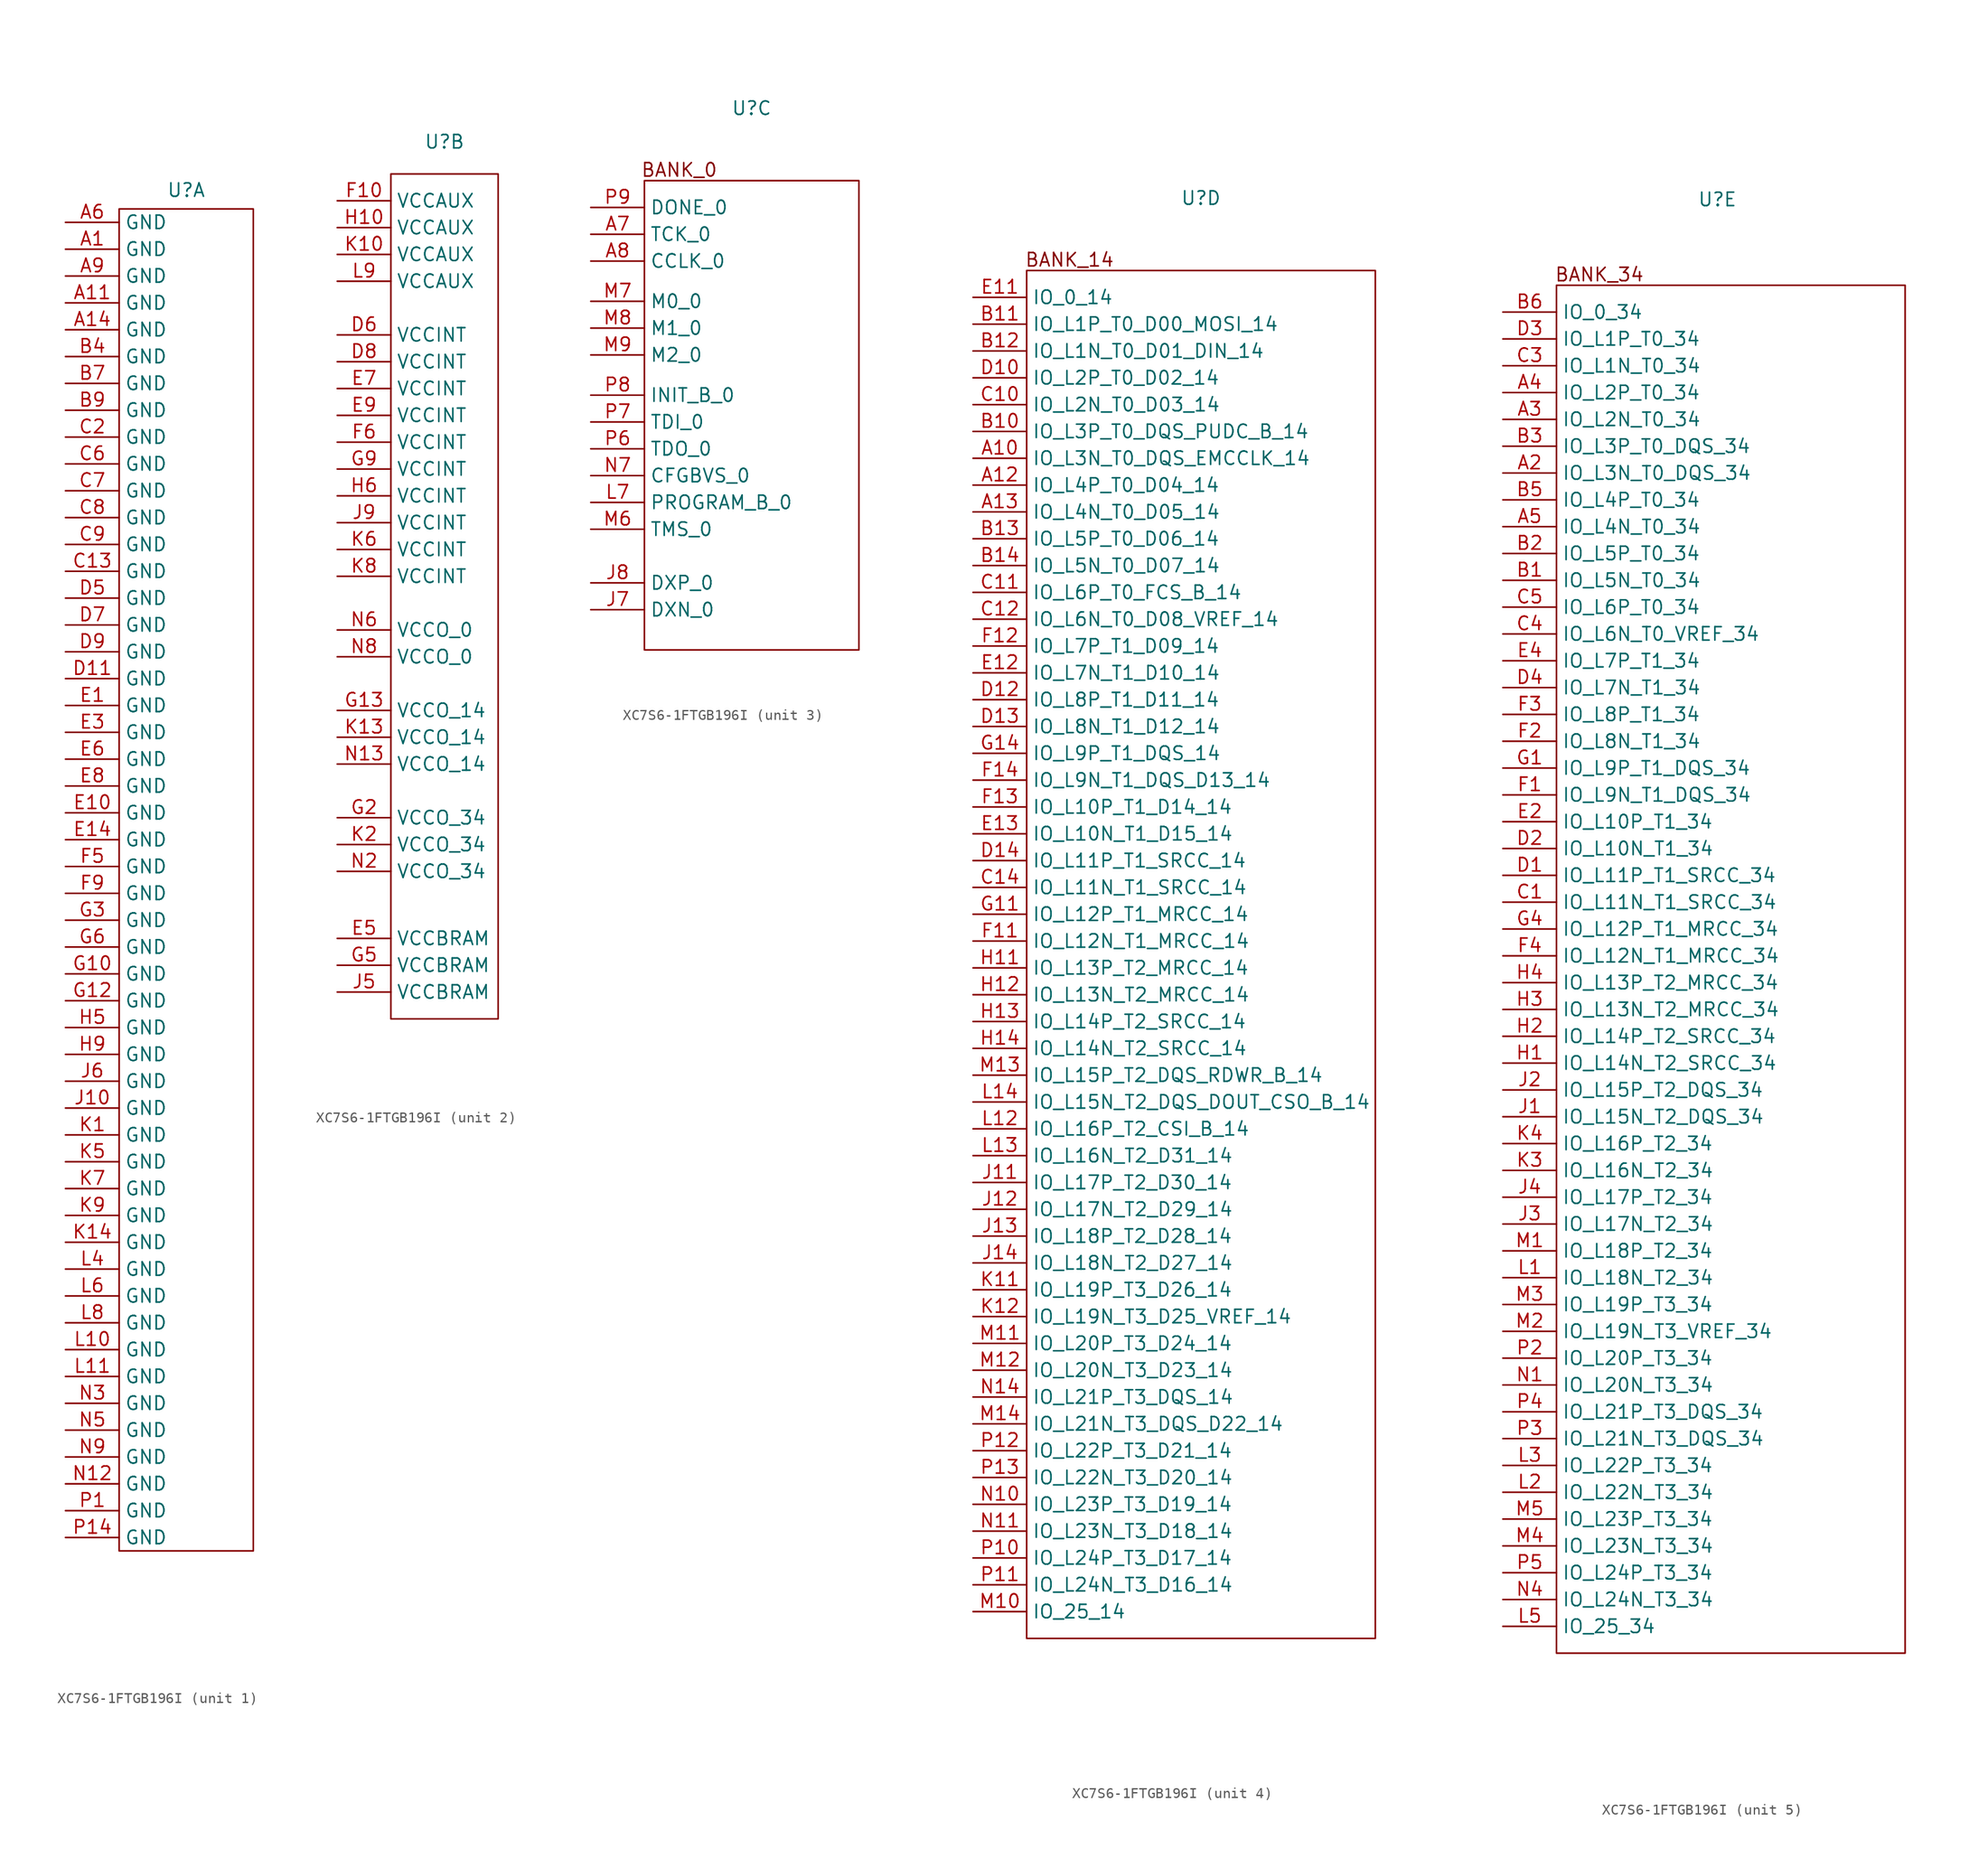
<source format=kicad_sym>
(kicad_symbol_lib
  (version 20241209)
  (generator "kicad_symbol_editor")
  (generator_version "9.0")
  (symbol "XC7S6-1FTGB196I"
    (property "Reference" "U"
      (at 0 17.018 0)
      (effects (font (size 1.27 1.27))))
    (property "Value" ""
      (at 0 0 0)
      (effects (font (size 1.27 1.27))))
    (property "ki_locked" ""
      (at 0 0 0)
      (effects (font (size 1.27 1.27))))
    (symbol "XC7S6-1FTGB196I_1_1"
      (rectangle (start -6.35 15.24) (end 6.35 -111.76) (stroke (width 0) (type default)) (fill (type none)))
      (pin input line (at -11.43 13.97 0) (length 5.08) (name "GND" (effects (font (size 1.27 1.27)))) (number "A6" (effects (font (size 1.27 1.27)))))
      (pin input line (at -11.43 11.43 0) (length 5.08) (name "GND" (effects (font (size 1.27 1.27)))) (number "A1" (effects (font (size 1.27 1.27)))))
      (pin input line (at -11.43 8.89 0) (length 5.08) (name "GND" (effects (font (size 1.27 1.27)))) (number "A9" (effects (font (size 1.27 1.27)))))
      (pin input line (at -11.43 6.35 0) (length 5.08) (name "GND" (effects (font (size 1.27 1.27)))) (number "A11" (effects (font (size 1.27 1.27)))))
      (pin input line (at -11.43 3.81 0) (length 5.08) (name "GND" (effects (font (size 1.27 1.27)))) (number "A14" (effects (font (size 1.27 1.27)))))
      (pin input line (at -11.43 1.27 0) (length 5.08) (name "GND" (effects (font (size 1.27 1.27)))) (number "B4" (effects (font (size 1.27 1.27)))))
      (pin input line (at -11.43 -1.27 0) (length 5.08) (name "GND" (effects (font (size 1.27 1.27)))) (number "B7" (effects (font (size 1.27 1.27)))))
      (pin input line (at -11.43 -3.81 0) (length 5.08) (name "GND" (effects (font (size 1.27 1.27)))) (number "B9" (effects (font (size 1.27 1.27)))))
      (pin input line (at -11.43 -6.35 0) (length 5.08) (name "GND" (effects (font (size 1.27 1.27)))) (number "C2" (effects (font (size 1.27 1.27)))))
      (pin input line (at -11.43 -8.89 0) (length 5.08) (name "GND" (effects (font (size 1.27 1.27)))) (number "C6" (effects (font (size 1.27 1.27)))))
      (pin input line (at -11.43 -11.43 0) (length 5.08) (name "GND" (effects (font (size 1.27 1.27)))) (number "C7" (effects (font (size 1.27 1.27)))))
      (pin input line (at -11.43 -13.97 0) (length 5.08) (name "GND" (effects (font (size 1.27 1.27)))) (number "C8" (effects (font (size 1.27 1.27)))))
      (pin input line (at -11.43 -16.51 0) (length 5.08) (name "GND" (effects (font (size 1.27 1.27)))) (number "C9" (effects (font (size 1.27 1.27)))))
      (pin input line (at -11.43 -19.05 0) (length 5.08) (name "GND" (effects (font (size 1.27 1.27)))) (number "C13" (effects (font (size 1.27 1.27)))))
      (pin input line (at -11.43 -21.59 0) (length 5.08) (name "GND" (effects (font (size 1.27 1.27)))) (number "D5" (effects (font (size 1.27 1.27)))))
      (pin input line (at -11.43 -24.13 0) (length 5.08) (name "GND" (effects (font (size 1.27 1.27)))) (number "D7" (effects (font (size 1.27 1.27)))))
      (pin input line (at -11.43 -26.67 0) (length 5.08) (name "GND" (effects (font (size 1.27 1.27)))) (number "D9" (effects (font (size 1.27 1.27)))))
      (pin input line (at -11.43 -29.21 0) (length 5.08) (name "GND" (effects (font (size 1.27 1.27)))) (number "D11" (effects (font (size 1.27 1.27)))))
      (pin input line (at -11.43 -31.75 0) (length 5.08) (name "GND" (effects (font (size 1.27 1.27)))) (number "E1" (effects (font (size 1.27 1.27)))))
      (pin input line (at -11.43 -34.29 0) (length 5.08) (name "GND" (effects (font (size 1.27 1.27)))) (number "E3" (effects (font (size 1.27 1.27)))))
      (pin input line (at -11.43 -36.83 0) (length 5.08) (name "GND" (effects (font (size 1.27 1.27)))) (number "E6" (effects (font (size 1.27 1.27)))))
      (pin input line (at -11.43 -39.37 0) (length 5.08) (name "GND" (effects (font (size 1.27 1.27)))) (number "E8" (effects (font (size 1.27 1.27)))))
      (pin input line (at -11.43 -41.91 0) (length 5.08) (name "GND" (effects (font (size 1.27 1.27)))) (number "E10" (effects (font (size 1.27 1.27)))))
      (pin input line (at -11.43 -44.45 0) (length 5.08) (name "GND" (effects (font (size 1.27 1.27)))) (number "E14" (effects (font (size 1.27 1.27)))))
      (pin input line (at -11.43 -46.99 0) (length 5.08) (name "GND" (effects (font (size 1.27 1.27)))) (number "F5" (effects (font (size 1.27 1.27)))))
      (pin input line (at -11.43 -49.53 0) (length 5.08) (name "GND" (effects (font (size 1.27 1.27)))) (number "F9" (effects (font (size 1.27 1.27)))))
      (pin input line (at -11.43 -52.07 0) (length 5.08) (name "GND" (effects (font (size 1.27 1.27)))) (number "G3" (effects (font (size 1.27 1.27)))))
      (pin input line (at -11.43 -54.61 0) (length 5.08) (name "GND" (effects (font (size 1.27 1.27)))) (number "G6" (effects (font (size 1.27 1.27)))))
      (pin input line (at -11.43 -57.15 0) (length 5.08) (name "GND" (effects (font (size 1.27 1.27)))) (number "G10" (effects (font (size 1.27 1.27)))))
      (pin input line (at -11.43 -59.69 0) (length 5.08) (name "GND" (effects (font (size 1.27 1.27)))) (number "G12" (effects (font (size 1.27 1.27)))))
      (pin input line (at -11.43 -62.23 0) (length 5.08) (name "GND" (effects (font (size 1.27 1.27)))) (number "H5" (effects (font (size 1.27 1.27)))))
      (pin input line (at -11.43 -64.77 0) (length 5.08) (name "GND" (effects (font (size 1.27 1.27)))) (number "H9" (effects (font (size 1.27 1.27)))))
      (pin input line (at -11.43 -67.31 0) (length 5.08) (name "GND" (effects (font (size 1.27 1.27)))) (number "J6" (effects (font (size 1.27 1.27)))))
      (pin input line (at -11.43 -69.85 0) (length 5.08) (name "GND" (effects (font (size 1.27 1.27)))) (number "J10" (effects (font (size 1.27 1.27)))))
      (pin input line (at -11.43 -72.39 0) (length 5.08) (name "GND" (effects (font (size 1.27 1.27)))) (number "K1" (effects (font (size 1.27 1.27)))))
      (pin input line (at -11.43 -74.93 0) (length 5.08) (name "GND" (effects (font (size 1.27 1.27)))) (number "K5" (effects (font (size 1.27 1.27)))))
      (pin input line (at -11.43 -77.47 0) (length 5.08) (name "GND" (effects (font (size 1.27 1.27)))) (number "K7" (effects (font (size 1.27 1.27)))))
      (pin input line (at -11.43 -80.01 0) (length 5.08) (name "GND" (effects (font (size 1.27 1.27)))) (number "K9" (effects (font (size 1.27 1.27)))))
      (pin input line (at -11.43 -82.55 0) (length 5.08) (name "GND" (effects (font (size 1.27 1.27)))) (number "K14" (effects (font (size 1.27 1.27)))))
      (pin input line (at -11.43 -85.09 0) (length 5.08) (name "GND" (effects (font (size 1.27 1.27)))) (number "L4" (effects (font (size 1.27 1.27)))))
      (pin input line (at -11.43 -87.63 0) (length 5.08) (name "GND" (effects (font (size 1.27 1.27)))) (number "L6" (effects (font (size 1.27 1.27)))))
      (pin input line (at -11.43 -90.17 0) (length 5.08) (name "GND" (effects (font (size 1.27 1.27)))) (number "L8" (effects (font (size 1.27 1.27)))))
      (pin input line (at -11.43 -92.71 0) (length 5.08) (name "GND" (effects (font (size 1.27 1.27)))) (number "L10" (effects (font (size 1.27 1.27)))))
      (pin input line (at -11.43 -95.25 0) (length 5.08) (name "GND" (effects (font (size 1.27 1.27)))) (number "L11" (effects (font (size 1.27 1.27)))))
      (pin input line (at -11.43 -97.79 0) (length 5.08) (name "GND" (effects (font (size 1.27 1.27)))) (number "N3" (effects (font (size 1.27 1.27)))))
      (pin input line (at -11.43 -100.33 0) (length 5.08) (name "GND" (effects (font (size 1.27 1.27)))) (number "N5" (effects (font (size 1.27 1.27)))))
      (pin input line (at -11.43 -102.87 0) (length 5.08) (name "GND" (effects (font (size 1.27 1.27)))) (number "N9" (effects (font (size 1.27 1.27)))))
      (pin input line (at -11.43 -105.41 0) (length 5.08) (name "GND" (effects (font (size 1.27 1.27)))) (number "N12" (effects (font (size 1.27 1.27)))))
      (pin input line (at -11.43 -107.95 0) (length 5.08) (name "GND" (effects (font (size 1.27 1.27)))) (number "P1" (effects (font (size 1.27 1.27)))))
      (pin input line (at -11.43 -110.49 0) (length 5.08) (name "GND" (effects (font (size 1.27 1.27)))) (number "P14" (effects (font (size 1.27 1.27))))))
    (symbol "XC7S6-1FTGB196I_2_1"
      (rectangle (start -5.08 13.97) (end 5.08 -66.04) (stroke (width 0) (type default)) (fill (type none)))
      (pin input line (at -10.16 11.43 0) (length 5.08) (name "VCCAUX" (effects (font (size 1.27 1.27)))) (number "F10" (effects (font (size 1.27 1.27)))))
      (pin input line (at -10.16 8.89 0) (length 5.08) (name "VCCAUX" (effects (font (size 1.27 1.27)))) (number "H10" (effects (font (size 1.27 1.27)))))
      (pin input line (at -10.16 6.35 0) (length 5.08) (name "VCCAUX" (effects (font (size 1.27 1.27)))) (number "K10" (effects (font (size 1.27 1.27)))))
      (pin input line (at -10.16 3.81 0) (length 5.08) (name "VCCAUX" (effects (font (size 1.27 1.27)))) (number "L9" (effects (font (size 1.27 1.27)))))
      (pin input line (at -10.16 -1.27 0) (length 5.08) (name "VCCINT" (effects (font (size 1.27 1.27)))) (number "D6" (effects (font (size 1.27 1.27)))))
      (pin input line (at -10.16 -3.81 0) (length 5.08) (name "VCCINT" (effects (font (size 1.27 1.27)))) (number "D8" (effects (font (size 1.27 1.27)))))
      (pin input line (at -10.16 -6.35 0) (length 5.08) (name "VCCINT" (effects (font (size 1.27 1.27)))) (number "E7" (effects (font (size 1.27 1.27)))))
      (pin input line (at -10.16 -8.89 0) (length 5.08) (name "VCCINT" (effects (font (size 1.27 1.27)))) (number "E9" (effects (font (size 1.27 1.27)))))
      (pin input line (at -10.16 -11.43 0) (length 5.08) (name "VCCINT" (effects (font (size 1.27 1.27)))) (number "F6" (effects (font (size 1.27 1.27)))))
      (pin input line (at -10.16 -13.97 0) (length 5.08) (name "VCCINT" (effects (font (size 1.27 1.27)))) (number "G9" (effects (font (size 1.27 1.27)))))
      (pin input line (at -10.16 -16.51 0) (length 5.08) (name "VCCINT" (effects (font (size 1.27 1.27)))) (number "H6" (effects (font (size 1.27 1.27)))))
      (pin input line (at -10.16 -19.05 0) (length 5.08) (name "VCCINT" (effects (font (size 1.27 1.27)))) (number "J9" (effects (font (size 1.27 1.27)))))
      (pin input line (at -10.16 -21.59 0) (length 5.08) (name "VCCINT" (effects (font (size 1.27 1.27)))) (number "K6" (effects (font (size 1.27 1.27)))))
      (pin input line (at -10.16 -24.13 0) (length 5.08) (name "VCCINT" (effects (font (size 1.27 1.27)))) (number "K8" (effects (font (size 1.27 1.27)))))
      (pin input line (at -10.16 -29.21 0) (length 5.08) (name "VCCO_0" (effects (font (size 1.27 1.27)))) (number "N6" (effects (font (size 1.27 1.27)))))
      (pin input line (at -10.16 -31.75 0) (length 5.08) (name "VCCO_0" (effects (font (size 1.27 1.27)))) (number "N8" (effects (font (size 1.27 1.27)))))
      (pin input line (at -10.16 -36.83 0) (length 5.08) (name "VCCO_14" (effects (font (size 1.27 1.27)))) (number "G13" (effects (font (size 1.27 1.27)))))
      (pin input line (at -10.16 -39.37 0) (length 5.08) (name "VCCO_14" (effects (font (size 1.27 1.27)))) (number "K13" (effects (font (size 1.27 1.27)))))
      (pin input line (at -10.16 -41.91 0) (length 5.08) (name "VCCO_14" (effects (font (size 1.27 1.27)))) (number "N13" (effects (font (size 1.27 1.27)))))
      (pin input line (at -10.16 -46.99 0) (length 5.08) (name "VCCO_34" (effects (font (size 1.27 1.27)))) (number "G2" (effects (font (size 1.27 1.27)))))
      (pin input line (at -10.16 -49.53 0) (length 5.08) (name "VCCO_34" (effects (font (size 1.27 1.27)))) (number "K2" (effects (font (size 1.27 1.27)))))
      (pin input line (at -10.16 -52.07 0) (length 5.08) (name "VCCO_34" (effects (font (size 1.27 1.27)))) (number "N2" (effects (font (size 1.27 1.27)))))
      (pin input line (at -10.16 -58.42 0) (length 5.08) (name "VCCBRAM" (effects (font (size 1.27 1.27)))) (number "E5" (effects (font (size 1.27 1.27)))))
      (pin input line (at -10.16 -60.96 0) (length 5.08) (name "VCCBRAM" (effects (font (size 1.27 1.27)))) (number "G5" (effects (font (size 1.27 1.27)))))
      (pin input line (at -10.16 -63.5 0) (length 5.08) (name "VCCBRAM" (effects (font (size 1.27 1.27)))) (number "J5" (effects (font (size 1.27 1.27))))))
    (symbol "XC7S6-1FTGB196I_3_1"
      (rectangle (start -10.16 10.16) (end 10.16 -34.29) (stroke (width 0) (type default)) (fill (type none)))
      (text "BANK_0" (at -6.858 11.176 0) (effects (font (size 1.27 1.27))))
      (pin input line (at -15.24 7.62 0) (length 5.08) (name "DONE_0" (effects (font (size 1.27 1.27)))) (number "P9" (effects (font (size 1.27 1.27)))))
      (pin input line (at -15.24 5.08 0) (length 5.08) (name "TCK_0" (effects (font (size 1.27 1.27)))) (number "A7" (effects (font (size 1.27 1.27)))))
      (pin input line (at -15.24 2.54 0) (length 5.08) (name "CCLK_0" (effects (font (size 1.27 1.27)))) (number "A8" (effects (font (size 1.27 1.27)))))
      (pin input line (at -15.24 -1.27 0) (length 5.08) (name "M0_0" (effects (font (size 1.27 1.27)))) (number "M7" (effects (font (size 1.27 1.27)))))
      (pin input line (at -15.24 -3.81 0) (length 5.08) (name "M1_0" (effects (font (size 1.27 1.27)))) (number "M8" (effects (font (size 1.27 1.27)))))
      (pin input line (at -15.24 -6.35 0) (length 5.08) (name "M2_0" (effects (font (size 1.27 1.27)))) (number "M9" (effects (font (size 1.27 1.27)))))
      (pin input line (at -15.24 -10.16 0) (length 5.08) (name "INIT_B_0" (effects (font (size 1.27 1.27)))) (number "P8" (effects (font (size 1.27 1.27)))))
      (pin input line (at -15.24 -12.7 0) (length 5.08) (name "TDI_0" (effects (font (size 1.27 1.27)))) (number "P7" (effects (font (size 1.27 1.27)))))
      (pin input line (at -15.24 -15.24 0) (length 5.08) (name "TDO_0" (effects (font (size 1.27 1.27)))) (number "P6" (effects (font (size 1.27 1.27)))))
      (pin input line (at -15.24 -17.78 0) (length 5.08) (name "CFGBVS_0" (effects (font (size 1.27 1.27)))) (number "N7" (effects (font (size 1.27 1.27)))))
      (pin input line (at -15.24 -20.32 0) (length 5.08) (name "PROGRAM_B_0" (effects (font (size 1.27 1.27)))) (number "L7" (effects (font (size 1.27 1.27)))))
      (pin input line (at -15.24 -22.86 0) (length 5.08) (name "TMS_0" (effects (font (size 1.27 1.27)))) (number "M6" (effects (font (size 1.27 1.27)))))
      (pin input line (at -15.24 -27.94 0) (length 5.08) (name "DXP_0" (effects (font (size 1.27 1.27)))) (number "J8" (effects (font (size 1.27 1.27)))))
      (pin input line (at -15.24 -30.48 0) (length 5.08) (name "DXN_0" (effects (font (size 1.27 1.27)))) (number "J7" (effects (font (size 1.27 1.27))))))
    (symbol "XC7S6-1FTGB196I_4_1"
      (rectangle (start -16.51 10.16) (end 16.51 -119.38) (stroke (width 0) (type default)) (fill (type none)))
      (text "BANK_14" (at -12.446 11.176 0) (effects (font (size 1.27 1.27))))
      (pin input line (at -21.59 7.62 0) (length 5.08) (name "IO_0_14" (effects (font (size 1.27 1.27)))) (number "E11" (effects (font (size 1.27 1.27)))))
      (pin input line (at -21.59 5.08 0) (length 5.08) (name "IO_L1P_T0_D00_MOSI_14" (effects (font (size 1.27 1.27)))) (number "B11" (effects (font (size 1.27 1.27)))))
      (pin input line (at -21.59 2.54 0) (length 5.08) (name "IO_L1N_T0_D01_DIN_14" (effects (font (size 1.27 1.27)))) (number "B12" (effects (font (size 1.27 1.27)))))
      (pin input line (at -21.59 0 0) (length 5.08) (name "IO_L2P_T0_D02_14" (effects (font (size 1.27 1.27)))) (number "D10" (effects (font (size 1.27 1.27)))))
      (pin input line (at -21.59 -2.54 0) (length 5.08) (name "IO_L2N_T0_D03_14" (effects (font (size 1.27 1.27)))) (number "C10" (effects (font (size 1.27 1.27)))))
      (pin input line (at -21.59 -5.08 0) (length 5.08) (name "IO_L3P_T0_DQS_PUDC_B_14" (effects (font (size 1.27 1.27)))) (number "B10" (effects (font (size 1.27 1.27)))))
      (pin input line (at -21.59 -7.62 0) (length 5.08) (name "IO_L3N_T0_DQS_EMCCLK_14" (effects (font (size 1.27 1.27)))) (number "A10" (effects (font (size 1.27 1.27)))))
      (pin input line (at -21.59 -10.16 0) (length 5.08) (name "IO_L4P_T0_D04_14" (effects (font (size 1.27 1.27)))) (number "A12" (effects (font (size 1.27 1.27)))))
      (pin input line (at -21.59 -12.7 0) (length 5.08) (name "IO_L4N_T0_D05_14" (effects (font (size 1.27 1.27)))) (number "A13" (effects (font (size 1.27 1.27)))))
      (pin input line (at -21.59 -15.24 0) (length 5.08) (name "IO_L5P_T0_D06_14" (effects (font (size 1.27 1.27)))) (number "B13" (effects (font (size 1.27 1.27)))))
      (pin input line (at -21.59 -17.78 0) (length 5.08) (name "IO_L5N_T0_D07_14" (effects (font (size 1.27 1.27)))) (number "B14" (effects (font (size 1.27 1.27)))))
      (pin input line (at -21.59 -20.32 0) (length 5.08) (name "IO_L6P_T0_FCS_B_14" (effects (font (size 1.27 1.27)))) (number "C11" (effects (font (size 1.27 1.27)))))
      (pin input line (at -21.59 -22.86 0) (length 5.08) (name "IO_L6N_T0_D08_VREF_14" (effects (font (size 1.27 1.27)))) (number "C12" (effects (font (size 1.27 1.27)))))
      (pin input line (at -21.59 -25.4 0) (length 5.08) (name "IO_L7P_T1_D09_14" (effects (font (size 1.27 1.27)))) (number "F12" (effects (font (size 1.27 1.27)))))
      (pin input line (at -21.59 -27.94 0) (length 5.08) (name "IO_L7N_T1_D10_14" (effects (font (size 1.27 1.27)))) (number "E12" (effects (font (size 1.27 1.27)))))
      (pin input line (at -21.59 -30.48 0) (length 5.08) (name "IO_L8P_T1_D11_14" (effects (font (size 1.27 1.27)))) (number "D12" (effects (font (size 1.27 1.27)))))
      (pin input line (at -21.59 -33.02 0) (length 5.08) (name "IO_L8N_T1_D12_14" (effects (font (size 1.27 1.27)))) (number "D13" (effects (font (size 1.27 1.27)))))
      (pin input line (at -21.59 -35.56 0) (length 5.08) (name "IO_L9P_T1_DQS_14" (effects (font (size 1.27 1.27)))) (number "G14" (effects (font (size 1.27 1.27)))))
      (pin input line (at -21.59 -38.1 0) (length 5.08) (name "IO_L9N_T1_DQS_D13_14" (effects (font (size 1.27 1.27)))) (number "F14" (effects (font (size 1.27 1.27)))))
      (pin input line (at -21.59 -40.64 0) (length 5.08) (name "IO_L10P_T1_D14_14" (effects (font (size 1.27 1.27)))) (number "F13" (effects (font (size 1.27 1.27)))))
      (pin input line (at -21.59 -43.18 0) (length 5.08) (name "IO_L10N_T1_D15_14" (effects (font (size 1.27 1.27)))) (number "E13" (effects (font (size 1.27 1.27)))))
      (pin input line (at -21.59 -45.72 0) (length 5.08) (name "IO_L11P_T1_SRCC_14" (effects (font (size 1.27 1.27)))) (number "D14" (effects (font (size 1.27 1.27)))))
      (pin input line (at -21.59 -48.26 0) (length 5.08) (name "IO_L11N_T1_SRCC_14" (effects (font (size 1.27 1.27)))) (number "C14" (effects (font (size 1.27 1.27)))))
      (pin input line (at -21.59 -50.8 0) (length 5.08) (name "IO_L12P_T1_MRCC_14" (effects (font (size 1.27 1.27)))) (number "G11" (effects (font (size 1.27 1.27)))))
      (pin input line (at -21.59 -53.34 0) (length 5.08) (name "IO_L12N_T1_MRCC_14" (effects (font (size 1.27 1.27)))) (number "F11" (effects (font (size 1.27 1.27)))))
      (pin input line (at -21.59 -55.88 0) (length 5.08) (name "IO_L13P_T2_MRCC_14" (effects (font (size 1.27 1.27)))) (number "H11" (effects (font (size 1.27 1.27)))))
      (pin input line (at -21.59 -58.42 0) (length 5.08) (name "IO_L13N_T2_MRCC_14" (effects (font (size 1.27 1.27)))) (number "H12" (effects (font (size 1.27 1.27)))))
      (pin input line (at -21.59 -60.96 0) (length 5.08) (name "IO_L14P_T2_SRCC_14" (effects (font (size 1.27 1.27)))) (number "H13" (effects (font (size 1.27 1.27)))))
      (pin input line (at -21.59 -63.5 0) (length 5.08) (name "IO_L14N_T2_SRCC_14" (effects (font (size 1.27 1.27)))) (number "H14" (effects (font (size 1.27 1.27)))))
      (pin input line (at -21.59 -66.04 0) (length 5.08) (name "IO_L15P_T2_DQS_RDWR_B_14" (effects (font (size 1.27 1.27)))) (number "M13" (effects (font (size 1.27 1.27)))))
      (pin input line (at -21.59 -68.58 0) (length 5.08) (name "IO_L15N_T2_DQS_DOUT_CSO_B_14" (effects (font (size 1.27 1.27)))) (number "L14" (effects (font (size 1.27 1.27)))))
      (pin input line (at -21.59 -71.12 0) (length 5.08) (name "IO_L16P_T2_CSI_B_14" (effects (font (size 1.27 1.27)))) (number "L12" (effects (font (size 1.27 1.27)))))
      (pin input line (at -21.59 -73.66 0) (length 5.08) (name "IO_L16N_T2_D31_14" (effects (font (size 1.27 1.27)))) (number "L13" (effects (font (size 1.27 1.27)))))
      (pin input line (at -21.59 -76.2 0) (length 5.08) (name "IO_L17P_T2_D30_14" (effects (font (size 1.27 1.27)))) (number "J11" (effects (font (size 1.27 1.27)))))
      (pin input line (at -21.59 -78.74 0) (length 5.08) (name "IO_L17N_T2_D29_14" (effects (font (size 1.27 1.27)))) (number "J12" (effects (font (size 1.27 1.27)))))
      (pin input line (at -21.59 -81.28 0) (length 5.08) (name "IO_L18P_T2_D28_14" (effects (font (size 1.27 1.27)))) (number "J13" (effects (font (size 1.27 1.27)))))
      (pin input line (at -21.59 -83.82 0) (length 5.08) (name "IO_L18N_T2_D27_14" (effects (font (size 1.27 1.27)))) (number "J14" (effects (font (size 1.27 1.27)))))
      (pin input line (at -21.59 -86.36 0) (length 5.08) (name "IO_L19P_T3_D26_14" (effects (font (size 1.27 1.27)))) (number "K11" (effects (font (size 1.27 1.27)))))
      (pin input line (at -21.59 -88.9 0) (length 5.08) (name "IO_L19N_T3_D25_VREF_14" (effects (font (size 1.27 1.27)))) (number "K12" (effects (font (size 1.27 1.27)))))
      (pin input line (at -21.59 -91.44 0) (length 5.08) (name "IO_L20P_T3_D24_14" (effects (font (size 1.27 1.27)))) (number "M11" (effects (font (size 1.27 1.27)))))
      (pin input line (at -21.59 -93.98 0) (length 5.08) (name "IO_L20N_T3_D23_14" (effects (font (size 1.27 1.27)))) (number "M12" (effects (font (size 1.27 1.27)))))
      (pin input line (at -21.59 -96.52 0) (length 5.08) (name "IO_L21P_T3_DQS_14" (effects (font (size 1.27 1.27)))) (number "N14" (effects (font (size 1.27 1.27)))))
      (pin input line (at -21.59 -99.06 0) (length 5.08) (name "IO_L21N_T3_DQS_D22_14" (effects (font (size 1.27 1.27)))) (number "M14" (effects (font (size 1.27 1.27)))))
      (pin input line (at -21.59 -101.6 0) (length 5.08) (name "IO_L22P_T3_D21_14" (effects (font (size 1.27 1.27)))) (number "P12" (effects (font (size 1.27 1.27)))))
      (pin input line (at -21.59 -104.14 0) (length 5.08) (name "IO_L22N_T3_D20_14" (effects (font (size 1.27 1.27)))) (number "P13" (effects (font (size 1.27 1.27)))))
      (pin input line (at -21.59 -106.68 0) (length 5.08) (name "IO_L23P_T3_D19_14" (effects (font (size 1.27 1.27)))) (number "N10" (effects (font (size 1.27 1.27)))))
      (pin input line (at -21.59 -109.22 0) (length 5.08) (name "IO_L23N_T3_D18_14" (effects (font (size 1.27 1.27)))) (number "N11" (effects (font (size 1.27 1.27)))))
      (pin input line (at -21.59 -111.76 0) (length 5.08) (name "IO_L24P_T3_D17_14" (effects (font (size 1.27 1.27)))) (number "P10" (effects (font (size 1.27 1.27)))))
      (pin input line (at -21.59 -114.3 0) (length 5.08) (name "IO_L24N_T3_D16_14" (effects (font (size 1.27 1.27)))) (number "P11" (effects (font (size 1.27 1.27)))))
      (pin input line (at -21.59 -116.84 0) (length 5.08) (name "IO_25_14" (effects (font (size 1.27 1.27)))) (number "M10" (effects (font (size 1.27 1.27))))))
    (symbol "XC7S6-1FTGB196I_5_1"
      (rectangle (start -15.24 8.89) (end 17.78 -120.65) (stroke (width 0) (type default)) (fill (type none)))
      (text "BANK_34" (at -11.176 9.906 0) (effects (font (size 1.27 1.27))))
      (pin input line (at -20.32 6.35 0) (length 5.08) (name "IO_0_34" (effects (font (size 1.27 1.27)))) (number "B6" (effects (font (size 1.27 1.27)))))
      (pin input line (at -20.32 3.81 0) (length 5.08) (name "IO_L1P_T0_34" (effects (font (size 1.27 1.27)))) (number "D3" (effects (font (size 1.27 1.27)))))
      (pin input line (at -20.32 1.27 0) (length 5.08) (name "IO_L1N_T0_34" (effects (font (size 1.27 1.27)))) (number "C3" (effects (font (size 1.27 1.27)))))
      (pin input line (at -20.32 -1.27 0) (length 5.08) (name "IO_L2P_T0_34" (effects (font (size 1.27 1.27)))) (number "A4" (effects (font (size 1.27 1.27)))))
      (pin input line (at -20.32 -3.81 0) (length 5.08) (name "IO_L2N_T0_34" (effects (font (size 1.27 1.27)))) (number "A3" (effects (font (size 1.27 1.27)))))
      (pin input line (at -20.32 -6.35 0) (length 5.08) (name "IO_L3P_T0_DQS_34" (effects (font (size 1.27 1.27)))) (number "B3" (effects (font (size 1.27 1.27)))))
      (pin input line (at -20.32 -8.89 0) (length 5.08) (name "IO_L3N_T0_DQS_34" (effects (font (size 1.27 1.27)))) (number "A2" (effects (font (size 1.27 1.27)))))
      (pin input line (at -20.32 -11.43 0) (length 5.08) (name "IO_L4P_T0_34" (effects (font (size 1.27 1.27)))) (number "B5" (effects (font (size 1.27 1.27)))))
      (pin input line (at -20.32 -13.97 0) (length 5.08) (name "IO_L4N_T0_34" (effects (font (size 1.27 1.27)))) (number "A5" (effects (font (size 1.27 1.27)))))
      (pin input line (at -20.32 -16.51 0) (length 5.08) (name "IO_L5P_T0_34" (effects (font (size 1.27 1.27)))) (number "B2" (effects (font (size 1.27 1.27)))))
      (pin input line (at -20.32 -19.05 0) (length 5.08) (name "IO_L5N_T0_34" (effects (font (size 1.27 1.27)))) (number "B1" (effects (font (size 1.27 1.27)))))
      (pin input line (at -20.32 -21.59 0) (length 5.08) (name "IO_L6P_T0_34" (effects (font (size 1.27 1.27)))) (number "C5" (effects (font (size 1.27 1.27)))))
      (pin input line (at -20.32 -24.13 0) (length 5.08) (name "IO_L6N_T0_VREF_34" (effects (font (size 1.27 1.27)))) (number "C4" (effects (font (size 1.27 1.27)))))
      (pin input line (at -20.32 -26.67 0) (length 5.08) (name "IO_L7P_T1_34" (effects (font (size 1.27 1.27)))) (number "E4" (effects (font (size 1.27 1.27)))))
      (pin input line (at -20.32 -29.21 0) (length 5.08) (name "IO_L7N_T1_34" (effects (font (size 1.27 1.27)))) (number "D4" (effects (font (size 1.27 1.27)))))
      (pin input line (at -20.32 -31.75 0) (length 5.08) (name "IO_L8P_T1_34" (effects (font (size 1.27 1.27)))) (number "F3" (effects (font (size 1.27 1.27)))))
      (pin input line (at -20.32 -34.29 0) (length 5.08) (name "IO_L8N_T1_34" (effects (font (size 1.27 1.27)))) (number "F2" (effects (font (size 1.27 1.27)))))
      (pin input line (at -20.32 -36.83 0) (length 5.08) (name "IO_L9P_T1_DQS_34" (effects (font (size 1.27 1.27)))) (number "G1" (effects (font (size 1.27 1.27)))))
      (pin input line (at -20.32 -39.37 0) (length 5.08) (name "IO_L9N_T1_DQS_34" (effects (font (size 1.27 1.27)))) (number "F1" (effects (font (size 1.27 1.27)))))
      (pin input line (at -20.32 -41.91 0) (length 5.08) (name "IO_L10P_T1_34" (effects (font (size 1.27 1.27)))) (number "E2" (effects (font (size 1.27 1.27)))))
      (pin input line (at -20.32 -44.45 0) (length 5.08) (name "IO_L10N_T1_34" (effects (font (size 1.27 1.27)))) (number "D2" (effects (font (size 1.27 1.27)))))
      (pin input line (at -20.32 -46.99 0) (length 5.08) (name "IO_L11P_T1_SRCC_34" (effects (font (size 1.27 1.27)))) (number "D1" (effects (font (size 1.27 1.27)))))
      (pin input line (at -20.32 -49.53 0) (length 5.08) (name "IO_L11N_T1_SRCC_34" (effects (font (size 1.27 1.27)))) (number "C1" (effects (font (size 1.27 1.27)))))
      (pin input line (at -20.32 -52.07 0) (length 5.08) (name "IO_L12P_T1_MRCC_34" (effects (font (size 1.27 1.27)))) (number "G4" (effects (font (size 1.27 1.27)))))
      (pin input line (at -20.32 -54.61 0) (length 5.08) (name "IO_L12N_T1_MRCC_34" (effects (font (size 1.27 1.27)))) (number "F4" (effects (font (size 1.27 1.27)))))
      (pin input line (at -20.32 -57.15 0) (length 5.08) (name "IO_L13P_T2_MRCC_34" (effects (font (size 1.27 1.27)))) (number "H4" (effects (font (size 1.27 1.27)))))
      (pin input line (at -20.32 -59.69 0) (length 5.08) (name "IO_L13N_T2_MRCC_34" (effects (font (size 1.27 1.27)))) (number "H3" (effects (font (size 1.27 1.27)))))
      (pin input line (at -20.32 -62.23 0) (length 5.08) (name "IO_L14P_T2_SRCC_34" (effects (font (size 1.27 1.27)))) (number "H2" (effects (font (size 1.27 1.27)))))
      (pin input line (at -20.32 -64.77 0) (length 5.08) (name "IO_L14N_T2_SRCC_34" (effects (font (size 1.27 1.27)))) (number "H1" (effects (font (size 1.27 1.27)))))
      (pin input line (at -20.32 -67.31 0) (length 5.08) (name "IO_L15P_T2_DQS_34" (effects (font (size 1.27 1.27)))) (number "J2" (effects (font (size 1.27 1.27)))))
      (pin input line (at -20.32 -69.85 0) (length 5.08) (name "IO_L15N_T2_DQS_34" (effects (font (size 1.27 1.27)))) (number "J1" (effects (font (size 1.27 1.27)))))
      (pin input line (at -20.32 -72.39 0) (length 5.08) (name "IO_L16P_T2_34" (effects (font (size 1.27 1.27)))) (number "K4" (effects (font (size 1.27 1.27)))))
      (pin input line (at -20.32 -74.93 0) (length 5.08) (name "IO_L16N_T2_34" (effects (font (size 1.27 1.27)))) (number "K3" (effects (font (size 1.27 1.27)))))
      (pin input line (at -20.32 -77.47 0) (length 5.08) (name "IO_L17P_T2_34" (effects (font (size 1.27 1.27)))) (number "J4" (effects (font (size 1.27 1.27)))))
      (pin input line (at -20.32 -80.01 0) (length 5.08) (name "IO_L17N_T2_34" (effects (font (size 1.27 1.27)))) (number "J3" (effects (font (size 1.27 1.27)))))
      (pin input line (at -20.32 -82.55 0) (length 5.08) (name "IO_L18P_T2_34" (effects (font (size 1.27 1.27)))) (number "M1" (effects (font (size 1.27 1.27)))))
      (pin input line (at -20.32 -85.09 0) (length 5.08) (name "IO_L18N_T2_34" (effects (font (size 1.27 1.27)))) (number "L1" (effects (font (size 1.27 1.27)))))
      (pin input line (at -20.32 -87.63 0) (length 5.08) (name "IO_L19P_T3_34" (effects (font (size 1.27 1.27)))) (number "M3" (effects (font (size 1.27 1.27)))))
      (pin input line (at -20.32 -90.17 0) (length 5.08) (name "IO_L19N_T3_VREF_34" (effects (font (size 1.27 1.27)))) (number "M2" (effects (font (size 1.27 1.27)))))
      (pin input line (at -20.32 -92.71 0) (length 5.08) (name "IO_L20P_T3_34" (effects (font (size 1.27 1.27)))) (number "P2" (effects (font (size 1.27 1.27)))))
      (pin input line (at -20.32 -95.25 0) (length 5.08) (name "IO_L20N_T3_34" (effects (font (size 1.27 1.27)))) (number "N1" (effects (font (size 1.27 1.27)))))
      (pin input line (at -20.32 -97.79 0) (length 5.08) (name "IO_L21P_T3_DQS_34" (effects (font (size 1.27 1.27)))) (number "P4" (effects (font (size 1.27 1.27)))))
      (pin input line (at -20.32 -100.33 0) (length 5.08) (name "IO_L21N_T3_DQS_34" (effects (font (size 1.27 1.27)))) (number "P3" (effects (font (size 1.27 1.27)))))
      (pin input line (at -20.32 -102.87 0) (length 5.08) (name "IO_L22P_T3_34" (effects (font (size 1.27 1.27)))) (number "L3" (effects (font (size 1.27 1.27)))))
      (pin input line (at -20.32 -105.41 0) (length 5.08) (name "IO_L22N_T3_34" (effects (font (size 1.27 1.27)))) (number "L2" (effects (font (size 1.27 1.27)))))
      (pin input line (at -20.32 -107.95 0) (length 5.08) (name "IO_L23P_T3_34" (effects (font (size 1.27 1.27)))) (number "M5" (effects (font (size 1.27 1.27)))))
      (pin input line (at -20.32 -110.49 0) (length 5.08) (name "IO_L23N_T3_34" (effects (font (size 1.27 1.27)))) (number "M4" (effects (font (size 1.27 1.27)))))
      (pin input line (at -20.32 -113.03 0) (length 5.08) (name "IO_L24P_T3_34" (effects (font (size 1.27 1.27)))) (number "P5" (effects (font (size 1.27 1.27)))))
      (pin input line (at -20.32 -115.57 0) (length 5.08) (name "IO_L24N_T3_34" (effects (font (size 1.27 1.27)))) (number "N4" (effects (font (size 1.27 1.27)))))
      (pin input line (at -20.32 -118.11 0) (length 5.08) (name "IO_25_34" (effects (font (size 1.27 1.27)))) (number "L5" (effects (font (size 1.27 1.27))))))))
</source>
